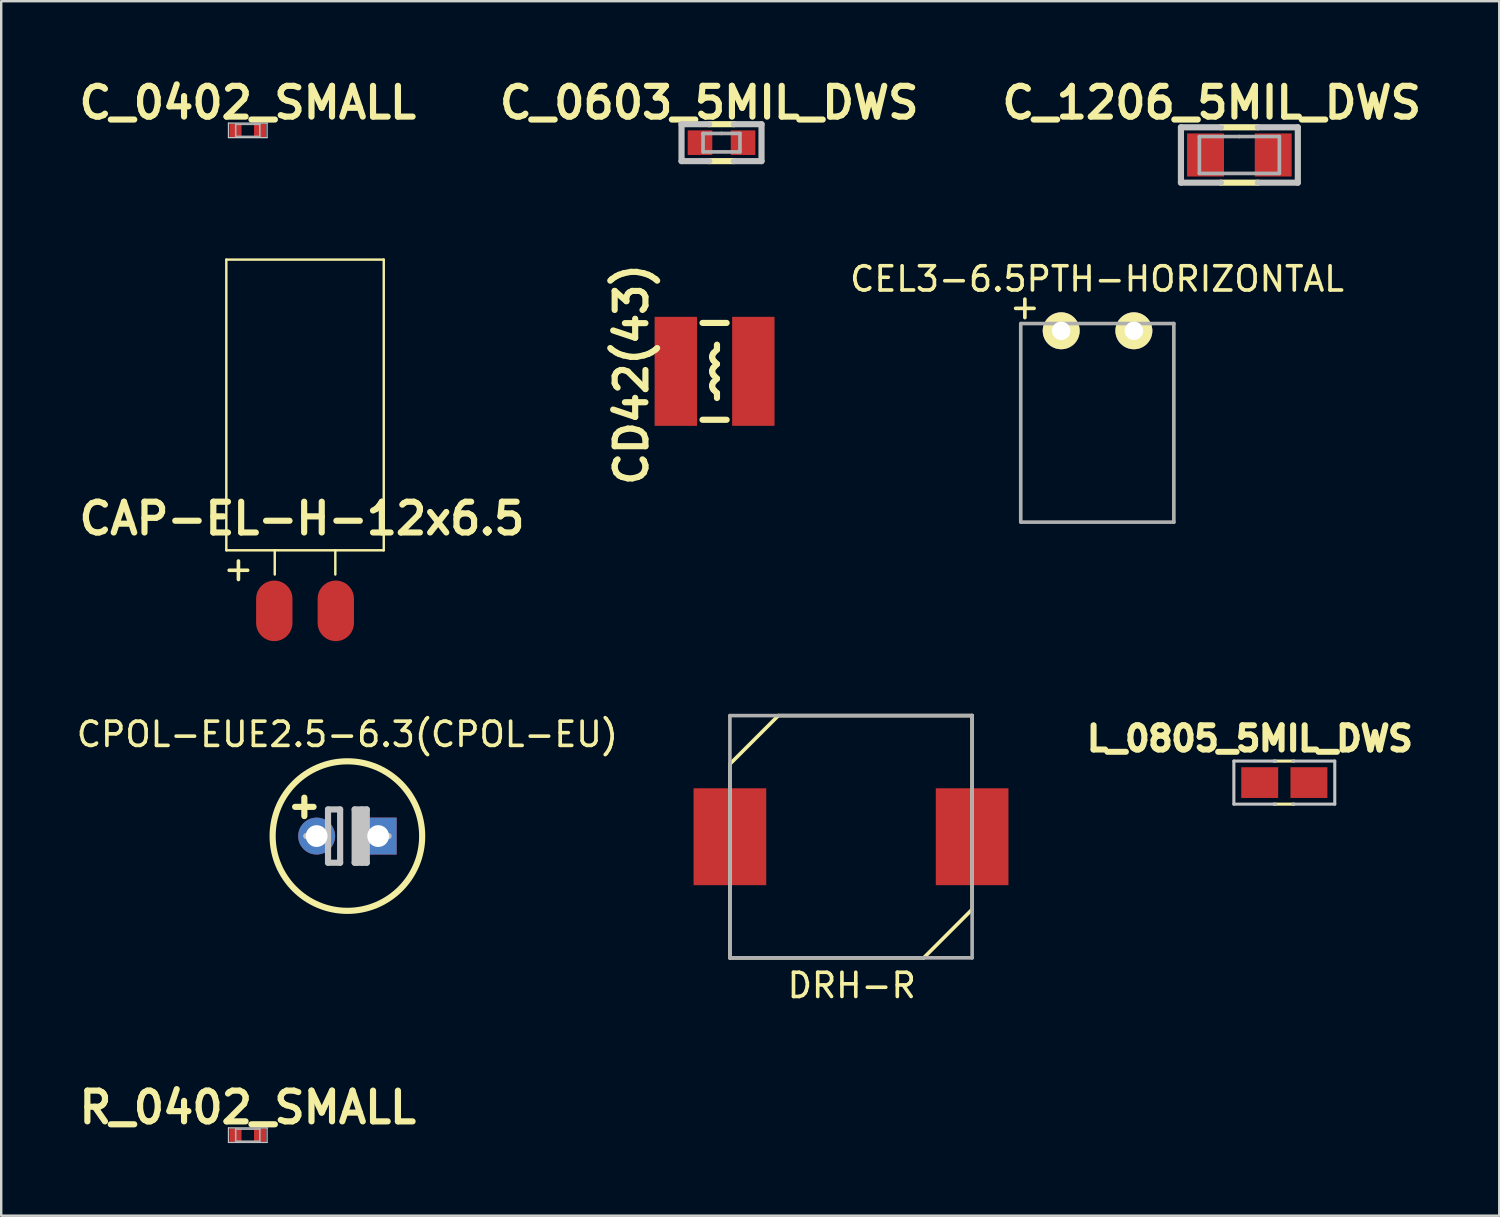
<source format=kicad_pcb>
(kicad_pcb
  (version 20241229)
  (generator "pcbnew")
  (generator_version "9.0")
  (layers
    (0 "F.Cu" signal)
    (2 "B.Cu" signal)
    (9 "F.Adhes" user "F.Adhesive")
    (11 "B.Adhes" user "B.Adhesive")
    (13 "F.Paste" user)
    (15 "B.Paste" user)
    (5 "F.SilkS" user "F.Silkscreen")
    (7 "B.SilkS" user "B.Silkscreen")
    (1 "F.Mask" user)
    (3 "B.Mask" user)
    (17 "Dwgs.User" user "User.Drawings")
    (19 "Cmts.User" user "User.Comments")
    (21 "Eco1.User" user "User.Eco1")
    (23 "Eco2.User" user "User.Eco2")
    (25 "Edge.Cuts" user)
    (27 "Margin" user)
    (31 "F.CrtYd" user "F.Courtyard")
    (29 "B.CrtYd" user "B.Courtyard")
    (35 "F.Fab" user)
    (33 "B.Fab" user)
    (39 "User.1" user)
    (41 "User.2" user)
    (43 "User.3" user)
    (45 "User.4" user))
  (footprint "R_0402_SMALL"
    (layer "F.Cu")
    (at 7.179 43.813)
    (property "Reference" "R_0402_SMALL" (at 0 -1.143 0) (layer "F.SilkS") (effects (font (size 1.27 1.27) (thickness 0.254))))
    (attr smd)
    (fp_line (start -0.798 -0.3) (end 0.798 -0.3) (stroke (width 0.051) (type solid)) (layer "Dwgs.User"))
    (fp_line (start -0.798 0.3) (end -0.798 -0.3) (stroke (width 0.051) (type solid)) (layer "Dwgs.User"))
    (fp_line (start 0.798 -0.3) (end 0.798 0.3) (stroke (width 0.051) (type solid)) (layer "Dwgs.User"))
    (fp_line (start 0.798 0.3) (end -0.798 0.3) (stroke (width 0.051) (type solid)) (layer "Dwgs.User"))
    (fp_line (start -0.498 -0.249) (end 0.498 -0.249) (stroke (width 0.066) (type solid)) (layer "F.Fab"))
    (fp_line (start -0.498 0.249) (end -0.498 -0.249) (stroke (width 0.066) (type solid)) (layer "F.Fab"))
    (fp_line (start -0.498 0.249) (end 0.498 0.249) (stroke (width 0.066) (type solid)) (layer "F.Fab"))
    (fp_line (start 0.498 0.249) (end 0.498 -0.249) (stroke (width 0.066) (type solid)) (layer "F.Fab"))
    (pad "1" smd rect (at -0.508 0 180) (size 0.5 0.55) (layers "F.Cu" "F.Mask" "F.Paste"))
    (pad "2" smd rect (at 0.508 0) (size 0.5 0.55) (layers "F.Cu" "F.Mask" "F.Paste")))
  (footprint "C_0603_5MIL_DWS"
    (layer "F.Cu")
    (at 26.737 2.84)
    (property "Reference" "C_0603_5MIL_DWS" (at -0.508 -1.651 0) (layer "F.SilkS") (effects (font (size 1.27 1.27) (thickness 0.254))))
    (attr smd)
    (fp_line (start -0.508 -0.762) (end 0.508 -0.762) (stroke (width 0.254) (type solid)) (layer "F.SilkS"))
    (fp_line (start -0.508 0.762) (end 0.508 0.762) (stroke (width 0.254) (type solid)) (layer "F.SilkS"))
    (fp_line (start -1.651 -0.762) (end -1.651 0.762) (stroke (width 0.254) (type solid)) (layer "Dwgs.User"))
    (fp_line (start -1.651 0.762) (end -0.508 0.762) (stroke (width 0.254) (type solid)) (layer "Dwgs.User"))
    (fp_line (start -0.508 -0.762) (end -1.651 -0.762) (stroke (width 0.254) (type solid)) (layer "Dwgs.User"))
    (fp_line (start 0.508 -0.762) (end 1.651 -0.762) (stroke (width 0.254) (type solid)) (layer "Dwgs.User"))
    (fp_line (start 1.651 -0.762) (end 1.651 0.762) (stroke (width 0.254) (type solid)) (layer "Dwgs.User"))
    (fp_line (start 1.651 0.762) (end 0.508 0.762) (stroke (width 0.254) (type solid)) (layer "Dwgs.User"))
    (fp_line (start -0.762 -0.381) (end -0.762 0.381) (stroke (width 0.15) (type solid)) (layer "F.Fab"))
    (fp_line (start -0.762 0.381) (end 0.762 0.381) (stroke (width 0.15) (type solid)) (layer "F.Fab"))
    (fp_line (start 0 -0.381) (end -0.762 -0.381) (stroke (width 0.15) (type solid)) (layer "F.Fab"))
    (fp_line (start 0.762 -0.381) (end 0 -0.381) (stroke (width 0.15) (type solid)) (layer "F.Fab"))
    (fp_line (start 0.762 0.381) (end 0.762 -0.381) (stroke (width 0.15) (type solid)) (layer "F.Fab"))
    (pad "1" smd rect (at -0.889 0) (size 1.016 1.016) (layers "F.Cu" "F.Mask" "F.Paste"))
    (pad "2" smd rect (at 0.889 0) (size 1.016 1.016) (layers "F.Cu" "F.Mask" "F.Paste")))
  (footprint "L_0805_5MIL_DWS"
    (layer "F.Cu")
    (at 49.971 29.258)
    (property "Reference" "L_0805_5MIL_DWS" (at -1.422 -1.816 0) (layer "F.SilkS") (effects (font (size 1 1) (thickness 0.25))))
    (attr smd)
    (fp_line (start -0.432 -0.889) (end 0.406 -0.889) (stroke (width 0.127) (type solid)) (layer "F.SilkS"))
    (fp_line (start -0.432 0.889) (end 0.406 0.889) (stroke (width 0.127) (type solid)) (layer "F.SilkS"))
    (fp_line (start -2.083 -0.889) (end -2.083 0.889) (stroke (width 0.127) (type solid)) (layer "Dwgs.User"))
    (fp_line (start -2.083 0.889) (end -0.356 0.889) (stroke (width 0.127) (type solid)) (layer "Dwgs.User"))
    (fp_line (start -0.356 -0.889) (end -2.083 -0.889) (stroke (width 0.127) (type solid)) (layer "Dwgs.User"))
    (fp_line (start 0.356 0.889) (end 2.083 0.889) (stroke (width 0.127) (type solid)) (layer "Dwgs.User"))
    (fp_line (start 2.083 -0.889) (end 0.356 -0.889) (stroke (width 0.127) (type solid)) (layer "Dwgs.User"))
    (fp_line (start 2.083 -0.889) (end 2.083 0.889) (stroke (width 0.127) (type solid)) (layer "Dwgs.User"))
    (pad "1" smd rect (at -1.016 0) (size 1.524 1.27) (layers "F.Cu" "F.Mask" "F.Paste"))
    (pad "2" smd rect (at 1.016 0) (size 1.524 1.27) (layers "F.Cu" "F.Mask" "F.Paste")))
  (footprint "C_0402_SMALL"
    (layer "F.Cu")
    (at 7.179 2.332)
    (property "Reference" "C_0402_SMALL" (at 0 -1.143 0) (layer "F.SilkS") (effects (font (size 1.27 1.27) (thickness 0.254))))
    (attr smd)
    (fp_line (start -0.798 -0.3) (end 0.798 -0.3) (stroke (width 0.051) (type solid)) (layer "Dwgs.User"))
    (fp_line (start -0.798 0.3) (end -0.798 -0.3) (stroke (width 0.051) (type solid)) (layer "Dwgs.User"))
    (fp_line (start 0.798 -0.3) (end 0.798 0.3) (stroke (width 0.051) (type solid)) (layer "Dwgs.User"))
    (fp_line (start 0.798 0.3) (end -0.798 0.3) (stroke (width 0.051) (type solid)) (layer "Dwgs.User"))
    (fp_line (start -0.498 -0.249) (end 0.498 -0.249) (stroke (width 0.066) (type solid)) (layer "F.Fab"))
    (fp_line (start -0.498 0.249) (end -0.498 -0.249) (stroke (width 0.066) (type solid)) (layer "F.Fab"))
    (fp_line (start -0.498 0.249) (end 0.498 0.249) (stroke (width 0.066) (type solid)) (layer "F.Fab"))
    (fp_line (start 0.498 0.249) (end 0.498 -0.249) (stroke (width 0.066) (type solid)) (layer "F.Fab"))
    (pad "1" smd rect (at -0.508 0 180) (size 0.5 0.55) (layers "F.Cu" "F.Mask" "F.Paste"))
    (pad "2" smd rect (at 0.508 0) (size 0.5 0.55) (layers "F.Cu" "F.Mask" "F.Paste")))
  (footprint "C_1206_5MIL_DWS"
    (layer "F.Cu")
    (at 48.116 3.348)
    (property "Reference" "C_1206_5MIL_DWS" (at -1.143 -2.159 0) (layer "F.SilkS") (effects (font (size 1.27 1.27) (thickness 0.254))))
    (attr smd)
    (fp_line (start 0.762 -1.143) (end -0.762 -1.143) (stroke (width 0.254) (type solid)) (layer "F.SilkS"))
    (fp_line (start 0.762 1.143) (end -0.762 1.143) (stroke (width 0.254) (type solid)) (layer "F.SilkS"))
    (fp_line (start -2.413 -1.143) (end -2.413 1.143) (stroke (width 0.254) (type solid)) (layer "Dwgs.User"))
    (fp_line (start -2.413 1.143) (end -0.762 1.143) (stroke (width 0.254) (type solid)) (layer "Dwgs.User"))
    (fp_line (start -0.762 -1.143) (end -2.413 -1.143) (stroke (width 0.254) (type solid)) (layer "Dwgs.User"))
    (fp_line (start 0.762 -1.143) (end 2.413 -1.143) (stroke (width 0.254) (type solid)) (layer "Dwgs.User"))
    (fp_line (start 2.413 -1.143) (end 2.413 1.143) (stroke (width 0.254) (type solid)) (layer "Dwgs.User"))
    (fp_line (start 2.413 1.143) (end 0.762 1.143) (stroke (width 0.254) (type solid)) (layer "Dwgs.User"))
    (fp_line (start -1.651 -0.762) (end -1.651 0.762) (stroke (width 0.15) (type solid)) (layer "F.Fab"))
    (fp_line (start -1.651 0.762) (end 1.651 0.762) (stroke (width 0.15) (type solid)) (layer "F.Fab"))
    (fp_line (start 0 -0.762) (end -1.651 -0.762) (stroke (width 0.15) (type solid)) (layer "F.Fab"))
    (fp_line (start 1.651 -0.762) (end 0 -0.762) (stroke (width 0.15) (type solid)) (layer "F.Fab"))
    (fp_line (start 1.651 0.762) (end 1.651 -0.762) (stroke (width 0.15) (type solid)) (layer "F.Fab"))
    (pad "1" smd rect (at -1.397 0) (size 1.524 1.778) (layers "F.Cu" "F.Mask" "F.Paste"))
    (pad "2" smd rect (at 1.397 0) (size 1.524 1.778) (layers "F.Cu" "F.Mask" "F.Paste")))
  (footprint "CEL3-6.5PTH-HORIZONTAL"
    (layer "F.Cu")
    (at 42.26 10.606)
    (property "Reference" "CEL3-6.5PTH-HORIZONTAL" (at -0.02 -2.14 0) (layer "F.SilkS") (effects (font (size 1 1) (thickness 0.15))))
    (attr smd)
    (fp_line (start -3.17 7.9) (end -3.17 -0.3) (stroke (width 0.15) (type solid)) (layer "F.Fab"))
    (fp_line (start -3.15 -0.3) (end 3.15 -0.3) (stroke (width 0.15) (type solid)) (layer "F.Fab"))
    (fp_line (start 3.15 -0.3) (end 3.15 7.9) (stroke (width 0.15) (type solid)) (layer "F.Fab"))
    (fp_line (start 3.15 7.9) (end -3.15 7.9) (stroke (width 0.15) (type solid)) (layer "F.Fab"))
    (fp_text user "+" (at -3 -1 0) (layer "F.SilkS") (effects (font (size 1 1) (thickness 0.15))))
    (pad "1" thru_hole oval (at -1.5 0) (size 1.524 1.524) (drill 0.762) (layers "*.Cu" "*.Mask" "F.SilkS"))
    (pad "2" thru_hole circle (at 1.5 0) (size 1.524 1.524) (drill 0.762) (layers "*.Cu" "*.Mask" "F.SilkS")))
  (footprint "CPOL-EUE2.5-6.3(CPOL-EU)"
    (layer "F.Cu")
    (at 11.292 31.466)
    (property "Reference" "CPOL-EUE2.5-6.3(CPOL-EU)" (at 0 -4.2 0) (layer "F.SilkS") (effects (font (size 1 1) (thickness 0.15))))
    (attr through_hole)
    (fp_line (start -2.159 -1.206) (end -1.397 -1.206) (stroke (width 0.254) (type solid)) (layer "F.SilkS"))
    (fp_line (start -1.778 -1.587) (end -1.778 -0.826) (stroke (width 0.254) (type solid)) (layer "F.SilkS"))
    (fp_circle (center 0 0) (end 2.84 1.21) (stroke (width 0.254) (type solid)) (fill no) (layer "F.SilkS"))
    (fp_line (start -0.8 -1.1) (end -0.8 1.1) (stroke (width 0.254) (type solid)) (layer "Dwgs.User"))
    (fp_line (start -0.8 -1.1) (end -0.3 -1.1) (stroke (width 0.254) (type solid)) (layer "Dwgs.User"))
    (fp_line (start -0.8 0) (end -1.7 0) (stroke (width 0.254) (type solid)) (layer "Dwgs.User"))
    (fp_line (start -0.8 1.1) (end -0.3 1.1) (stroke (width 0.254) (type solid)) (layer "Dwgs.User"))
    (fp_line (start -0.3 -1.1) (end -0.3 1.1) (stroke (width 0.254) (type solid)) (layer "Dwgs.User"))
    (fp_line (start 0.3 -1.1) (end 0.3 1.1) (stroke (width 0.254) (type solid)) (layer "Dwgs.User"))
    (fp_line (start 0.3 -1.1) (end 0.8 -1.1) (stroke (width 0.254) (type solid)) (layer "Dwgs.User"))
    (fp_line (start 0.3 1.1) (end 0.8 1.1) (stroke (width 0.254) (type solid)) (layer "Dwgs.User"))
    (fp_line (start 0.4 -1) (end 0.4 1.1) (stroke (width 0.254) (type solid)) (layer "Dwgs.User"))
    (fp_line (start 0.6 -1.1) (end 0.6 1.1) (stroke (width 0.254) (type solid)) (layer "Dwgs.User"))
    (fp_line (start 0.8 -1.1) (end 0.8 1.1) (stroke (width 0.254) (type solid)) (layer "Dwgs.User"))
    (fp_line (start 1.7 0) (end 0.8 0) (stroke (width 0.254) (type solid)) (layer "Dwgs.User"))
    (pad "1" thru_hole circle (at -1.27 0) (size 1.524 1.524) (drill 0.9) (layers "*.Cu" "*.Mask"))
    (pad "2" thru_hole rect (at 1.27 0) (size 1.524 1.524) (drill 0.9) (layers "*.Cu" "*.Mask")))
  (footprint "CD42(43)"
    (layer "F.Cu")
    (at 26.45 12.28)
    (property "Reference" "CD42(43)" (at -3.429 0.127 90) (layer "F.SilkS") (effects (font (size 1.27 1.27) (thickness 0.254))))
    (attr smd)
    (fp_line (start -0.099 -0.582) (end -0.099 -0.615) (stroke (width 0.254) (type solid)) (layer "F.SilkS"))
    (fp_line (start -0.099 0.015) (end -0.099 -0.015) (stroke (width 0.254) (type solid)) (layer "F.SilkS"))
    (fp_line (start -0.099 0.615) (end -0.099 0.582) (stroke (width 0.254) (type solid)) (layer "F.SilkS"))
    (fp_line (start -0.041 -0.757) (end 0.099 -0.899) (stroke (width 0.254) (type solid)) (layer "F.SilkS"))
    (fp_line (start -0.041 -0.157) (end 0.099 -0.3) (stroke (width 0.254) (type solid)) (layer "F.SilkS"))
    (fp_line (start -0.041 0.439) (end 0.099 0.3) (stroke (width 0.254) (type solid)) (layer "F.SilkS"))
    (fp_line (start 0.099 -0.899) (end 0.099 -1.1) (stroke (width 0.254) (type solid)) (layer "F.SilkS"))
    (fp_line (start 0.099 -0.3) (end -0.041 -0.439) (stroke (width 0.254) (type solid)) (layer "F.SilkS"))
    (fp_line (start 0.099 0.3) (end -0.041 0.157) (stroke (width 0.254) (type solid)) (layer "F.SilkS"))
    (fp_line (start 0.099 0.899) (end -0.041 0.757) (stroke (width 0.254) (type solid)) (layer "F.SilkS"))
    (fp_line (start 0.099 1.1) (end 0.099 0.899) (stroke (width 0.254) (type solid)) (layer "F.SilkS"))
    (fp_line (start 0.498 -1.999) (end -0.498 -1.999) (stroke (width 0.254) (type solid)) (layer "F.SilkS"))
    (fp_line (start 0.498 1.999) (end -0.498 1.999) (stroke (width 0.254) (type solid)) (layer "F.SilkS"))
    (fp_arc (start -0.09906 -0.61468) (mid -0.084045 -0.690337) (end -0.041276 -0.754527) (stroke (width 0.254) (type solid)) (layer "F.SilkS"))
    (fp_arc (start -0.09906 -0.01524) (mid -0.084045 -0.090897) (end -0.041276 -0.155087) (stroke (width 0.254) (type solid)) (layer "F.SilkS"))
    (fp_arc (start -0.09906 0.58166) (mid -0.084045 0.506003) (end -0.041276 0.441813) (stroke (width 0.254) (type solid)) (layer "F.SilkS"))
    (fp_arc (start -0.04064 -0.43942) (mid -0.084371 -0.503548) (end -0.100298 -0.579516) (stroke (width 0.254) (type solid)) (layer "F.SilkS"))
    (fp_arc (start -0.04064 0.15748) (mid -0.084371 0.093352) (end -0.100298 0.017384) (stroke (width 0.254) (type solid)) (layer "F.SilkS"))
    (fp_arc (start -0.04064 0.75692) (mid -0.084371 0.692792) (end -0.100298 0.616824) (stroke (width 0.254) (type solid)) (layer "F.SilkS"))
    (pad "1" smd rect (at -1.6 0 90) (size 4.5 1.75) (layers "F.Cu" "F.Mask" "F.Paste"))
    (pad "2" smd rect (at 1.6 0 90) (size 4.5 1.75) (layers "F.Cu" "F.Mask" "F.Paste")))
  (footprint "CAP-EL-H-12x6.5"
    (layer "F.Cu")
    (at 9.543 22.168)
    (property "Reference" "CAP-EL-H-12x6.5" (at -0.127 -3.81 0) (layer "F.SilkS") (effects (font (size 1.27 1.27) (thickness 0.254))))
    (attr smd)
    (fp_line (start -3.25 -14.5) (end -3.25 -2.5) (stroke (width 0.1) (type solid)) (layer "F.SilkS"))
    (fp_line (start -3.25 -2.5) (end 3.25 -2.5) (stroke (width 0.1) (type solid)) (layer "F.SilkS"))
    (fp_line (start -1.25 -2.5) (end -1.25 -1.5) (stroke (width 0.1) (type solid)) (layer "F.SilkS"))
    (fp_line (start 1.25 -2.5) (end 1.25 -1.5) (stroke (width 0.1) (type solid)) (layer "F.SilkS"))
    (fp_line (start 3.25 -14.5) (end -3.25 -14.5) (stroke (width 0.1) (type solid)) (layer "F.SilkS"))
    (fp_line (start 3.25 -2.5) (end 3.25 -14.5) (stroke (width 0.1) (type solid)) (layer "F.SilkS"))
    (fp_text user "+" (at -2.75 -1.75 0) (layer "F.SilkS") (effects (font (size 1 1) (thickness 0.15))))
    (pad "1" smd oval (at -1.27 0 90) (size 2.5 1.5) (layers "F.Cu" "F.Mask" "F.Paste"))
    (pad "2" smd oval (at 1.27 0 90) (size 2.5 1.5) (layers "F.Cu" "F.Mask" "F.Paste")))
  (footprint "DRH-R"
    (layer "F.Cu")
    (at 32.083 31.493)
    (property "Reference" "DRH-R" (at 0.03 6.14 0) (layer "F.SilkS") (effects (font (size 1 1) (thickness 0.15))))
    (attr smd)
    (fp_line (start -5 -3) (end -3 -5) (stroke (width 0.15) (type solid)) (layer "F.SilkS"))
    (fp_line (start -5 5) (end -5 -3) (stroke (width 0.15) (type solid)) (layer "F.SilkS"))
    (fp_line (start -3 -5) (end 5 -5) (stroke (width 0.15) (type solid)) (layer "F.SilkS"))
    (fp_line (start 3 5) (end -5 5) (stroke (width 0.15) (type solid)) (layer "F.SilkS"))
    (fp_line (start 5 -5) (end 5 3) (stroke (width 0.15) (type solid)) (layer "F.SilkS"))
    (fp_line (start 5 3) (end 3 5) (stroke (width 0.15) (type solid)) (layer "F.SilkS"))
    (fp_line (start -5 -5) (end 5 -5) (stroke (width 0.15) (type solid)) (layer "F.Fab"))
    (fp_line (start -5 5) (end -5 -5) (stroke (width 0.15) (type solid)) (layer "F.Fab"))
    (fp_line (start 5 -5) (end 5 5) (stroke (width 0.15) (type solid)) (layer "F.Fab"))
    (fp_line (start 5 5) (end -5 5) (stroke (width 0.15) (type solid)) (layer "F.Fab"))
    (pad "1" smd rect (at -5 0) (size 3 4) (layers "F.Cu" "F.Mask" "F.Paste"))
    (pad "2" smd rect (at 5 0) (size 3 4) (layers "F.Cu" "F.Mask" "F.Paste")))
  (gr_rect
    (start -3 -3)
    (end 58.844 47.138)
    (stroke (width 0.1) (type default))
    (fill no)
    (layer "Edge.Cuts")))
</source>
